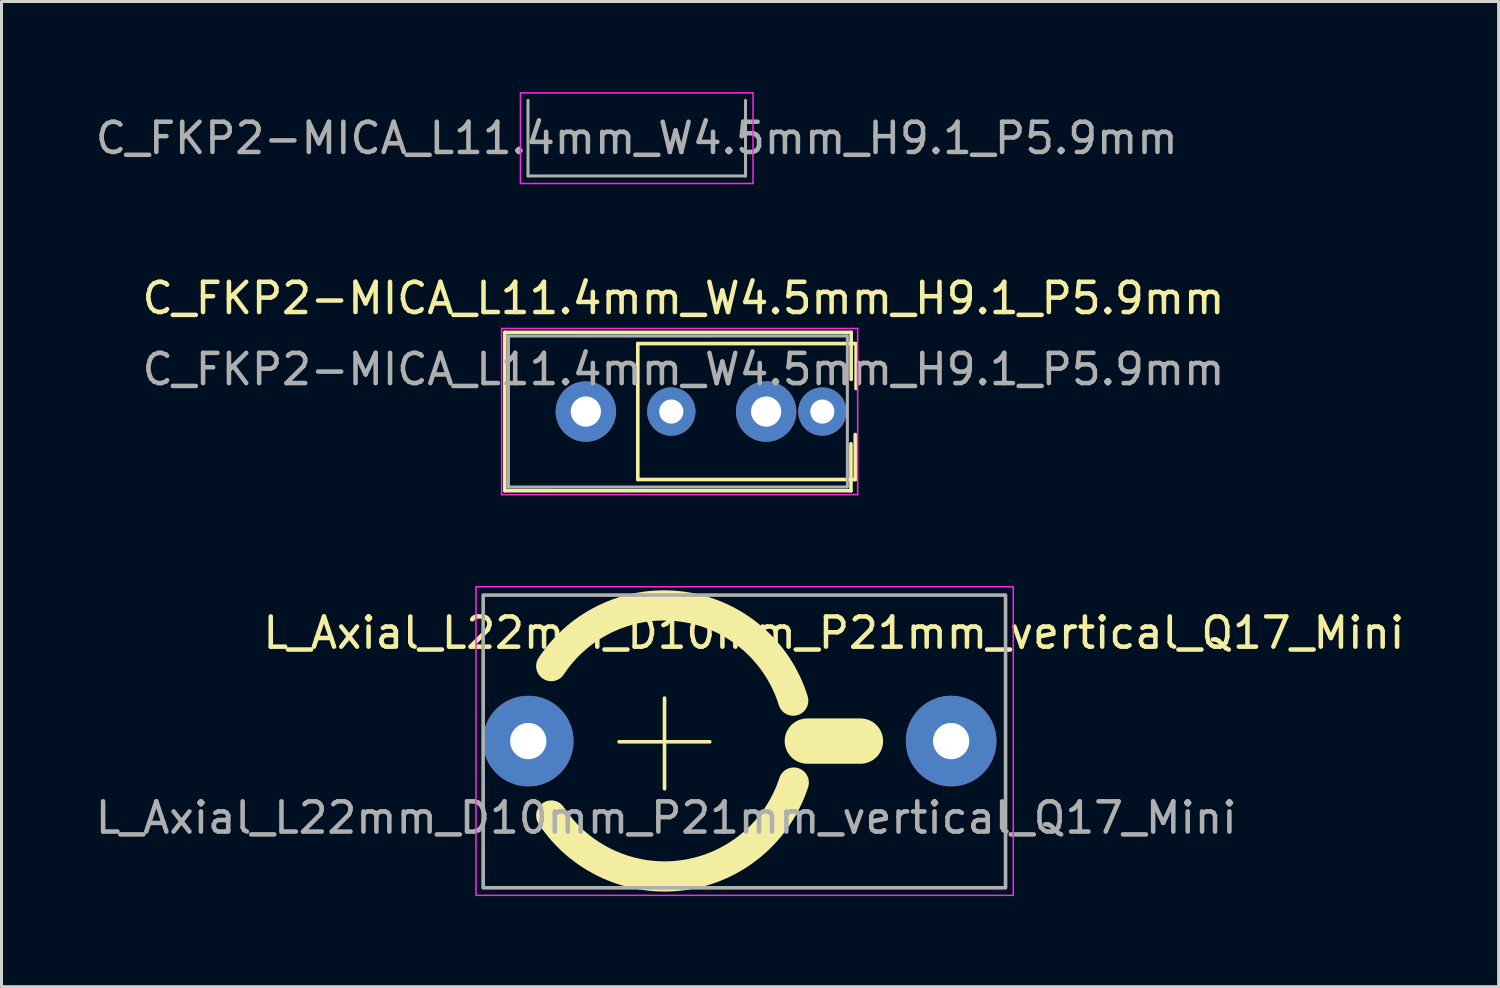
<source format=kicad_pcb>
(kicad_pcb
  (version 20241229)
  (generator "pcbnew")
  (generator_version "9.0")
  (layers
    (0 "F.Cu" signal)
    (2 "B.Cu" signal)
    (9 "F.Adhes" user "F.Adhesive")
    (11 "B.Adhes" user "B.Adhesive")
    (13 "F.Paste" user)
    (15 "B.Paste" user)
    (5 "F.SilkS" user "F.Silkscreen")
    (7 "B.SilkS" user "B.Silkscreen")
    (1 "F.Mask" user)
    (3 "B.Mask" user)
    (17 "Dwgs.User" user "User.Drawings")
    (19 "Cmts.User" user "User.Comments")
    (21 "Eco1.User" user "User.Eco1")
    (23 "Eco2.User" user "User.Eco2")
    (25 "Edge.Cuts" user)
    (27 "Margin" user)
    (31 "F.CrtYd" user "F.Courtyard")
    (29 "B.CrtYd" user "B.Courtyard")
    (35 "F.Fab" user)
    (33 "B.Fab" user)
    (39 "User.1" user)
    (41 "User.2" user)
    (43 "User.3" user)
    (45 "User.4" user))
  (footprint "C_FKP2-MICA_L11.4mm_W4.5mm_H9.1_P5.9mm"
    (layer "F.Cu")
    (at 16.401 10.574)
    (property "Reference" "C_FKP2-MICA_L11.4mm_W4.5mm_H9.1_P5.9mm" (at 3.175 -3.75 0) (layer "F.SilkS") (effects (font (size 1 1) (thickness 0.15))))
    (attr through_hole)
    (fp_line (start -2.738 -2.62) (end -2.738 2.62) (stroke (width 0.12) (type solid)) (layer "F.SilkS"))
    (fp_line (start -2.738 -2.62) (end 8.726 -2.62) (stroke (width 0.12) (type solid)) (layer "F.SilkS"))
    (fp_line (start -2.738 2.62) (end 8.72 2.622) (stroke (width 0.12) (type solid)) (layer "F.SilkS"))
    (fp_line (start 1.663 -2.25) (end 1.663 2.25) (stroke (width 0.12) (type solid)) (layer "F.SilkS"))
    (fp_line (start 1.663 -2.25) (end 8.863 -2.25) (stroke (width 0.12) (type solid)) (layer "F.SilkS"))
    (fp_line (start 1.663 2.25) (end 8.863 2.25) (stroke (width 0.12) (type solid)) (layer "F.SilkS"))
    (fp_line (start 8.72 2.622) (end 8.719 1.067) (stroke (width 0.12) (type solid)) (layer "F.SilkS"))
    (fp_line (start 8.727 -1.065) (end 8.726 -2.62) (stroke (width 0.12) (type solid)) (layer "F.SilkS"))
    (fp_line (start 8.863 2.25) (end 8.862 0.762) (stroke (width 0.12) (type solid)) (layer "F.SilkS"))
    (fp_line (start 8.89 -0.762) (end 8.89 -2.251) (stroke (width 0.12) (type solid)) (layer "F.SilkS"))
    (fp_line (start -2.845 -2.75) (end -2.845 2.75) (stroke (width 0.05) (type solid)) (layer "F.CrtYd"))
    (fp_line (start -2.845 2.75) (end 8.941 2.75) (stroke (width 0.05) (type solid)) (layer "F.CrtYd"))
    (fp_line (start -2.221 -10.549) (end -2.221 -7.549) (stroke (width 0.05) (type solid)) (layer "F.CrtYd"))
    (fp_line (start -2.221 -7.549) (end 5.479 -7.549) (stroke (width 0.05) (type solid)) (layer "F.CrtYd"))
    (fp_line (start 5.479 -10.549) (end -2.221 -10.549) (stroke (width 0.05) (type solid)) (layer "F.CrtYd"))
    (fp_line (start 5.479 -7.549) (end 5.479 -10.549) (stroke (width 0.05) (type solid)) (layer "F.CrtYd"))
    (fp_line (start 8.941 -2.75) (end -2.845 -2.75) (stroke (width 0.05) (type solid)) (layer "F.CrtYd"))
    (fp_line (start 8.941 2.75) (end 8.941 -2.75) (stroke (width 0.05) (type solid)) (layer "F.CrtYd"))
    (fp_line (start -2.618 -2.5) (end -2.618 2.5) (stroke (width 0.1) (type solid)) (layer "F.Fab"))
    (fp_line (start -2.618 2.5) (end 8.575 2.498) (stroke (width 0.1) (type solid)) (layer "F.Fab"))
    (fp_line (start -1.971 -10.299) (end -1.971 -7.799) (stroke (width 0.1) (type solid)) (layer "F.Fab"))
    (fp_line (start -1.971 -7.799) (end 5.229 -7.799) (stroke (width 0.1) (type solid)) (layer "F.Fab"))
    (fp_line (start 5.229 -7.799) (end 5.229 -10.299) (stroke (width 0.1) (type solid)) (layer "F.Fab"))
    (fp_line (start 8.575 -2.502) (end -2.618 -2.5) (stroke (width 0.1) (type solid)) (layer "F.Fab"))
    (fp_line (start 8.601 2.496) (end 8.601 -2.504) (stroke (width 0.1) (type solid)) (layer "F.Fab"))
    (fp_text user "${REFERENCE}" (at 3.176 -1.397 0) (layer "F.Fab") (effects (font (size 1 1) (thickness 0.15))))
    (fp_text user "${REFERENCE}" (at 1.629 -9.049 0) (layer "F.Fab") (effects (font (size 1 1) (thickness 0.15))))
    (pad "1" thru_hole circle (at -0.057 0.000287) (size 2 2) (drill 1) (layers "*.Cu" "*.Mask"))
    (pad "1" thru_hole circle (at 2.772 0.000287) (size 1.6 1.6) (drill 0.8) (layers "*.Cu" "*.Mask"))
    (pad "2" thru_hole circle (at 5.912 0.000287) (size 2 2) (drill 1) (layers "*.Cu" "*.Mask"))
    (pad "2" thru_hole circle (at 7.772 0.000287) (size 1.6 1.6) (drill 0.8) (layers "*.Cu" "*.Mask")))
  (footprint "L_Axial_L22mm_D10mm_P21mm_vertical_Q17_Mini"
    (layer "F.Cu")
    (at 14.437 21.483)
    (property "Reference" "L_Axial_L22mm_D10mm_P21mm_vertical_Q17_Mini" (at 10.119 -3.581 0) (layer "F.SilkS") (effects (font (size 1 1) (thickness 0.15))))
    (attr through_hole)
    (fp_line (start 3.008 0.024) (end 6.008 0.024) (stroke (width 0.12) (type solid)) (layer "F.SilkS"))
    (fp_line (start 4.512 1.579) (end 4.512 -1.422) (stroke (width 0.12) (type solid)) (layer "F.SilkS"))
    (fp_line (start 9.239 0) (end 10.998 0) (stroke (width 1.5) (type solid)) (layer "F.SilkS"))
    (fp_arc (start 0.761797 -2.482441) (mid 5.129446 -4.446289) (end 8.772512 -1.338053) (stroke (width 1) (type solid)) (layer "F.SilkS"))
    (fp_arc (start 8.790118 1.373265) (mid 5.118827 4.440795) (end 0.761797 2.464835) (stroke (width 1) (type solid)) (layer "F.SilkS"))
    (fp_rect (start -1.731 5.107) (end 16.057 -5.109) (stroke (width 0.05) (type solid)) (fill no) (layer "F.CrtYd"))
    (fp_rect (start -1.492 -4.833) (end 15.801 4.857) (stroke (width 0.12) (type solid)) (fill no) (layer "F.Fab"))
    (fp_circle (center 4.5 0.016) (end 8.995 0.016) (stroke (width 0.05) (type solid)) (fill no) (layer "User.2"))
    (fp_circle (center 4.5 0.016) (end 8.5 0.016) (stroke (width 0.05) (type solid)) (fill no) (layer "User.4"))
    (fp_text user "${REFERENCE}" (at 4.569 2.54 0) (layer "F.Fab") (effects (font (size 1 1) (thickness 0.15))))
    (pad "1" thru_hole circle (at 0 0) (size 3 3) (drill 1.2) (layers "*.Cu" "*.Mask"))
    (pad "2" thru_hole circle (at 14 0) (size 3 3) (drill 1.2) (layers "*.Cu" "*.Mask")))
  (gr_rect
    (start -3 -3)
    (end 46.561 29.615)
    (stroke (width 0.1) (type default))
    (fill no)
    (layer "Edge.Cuts")))
</source>
